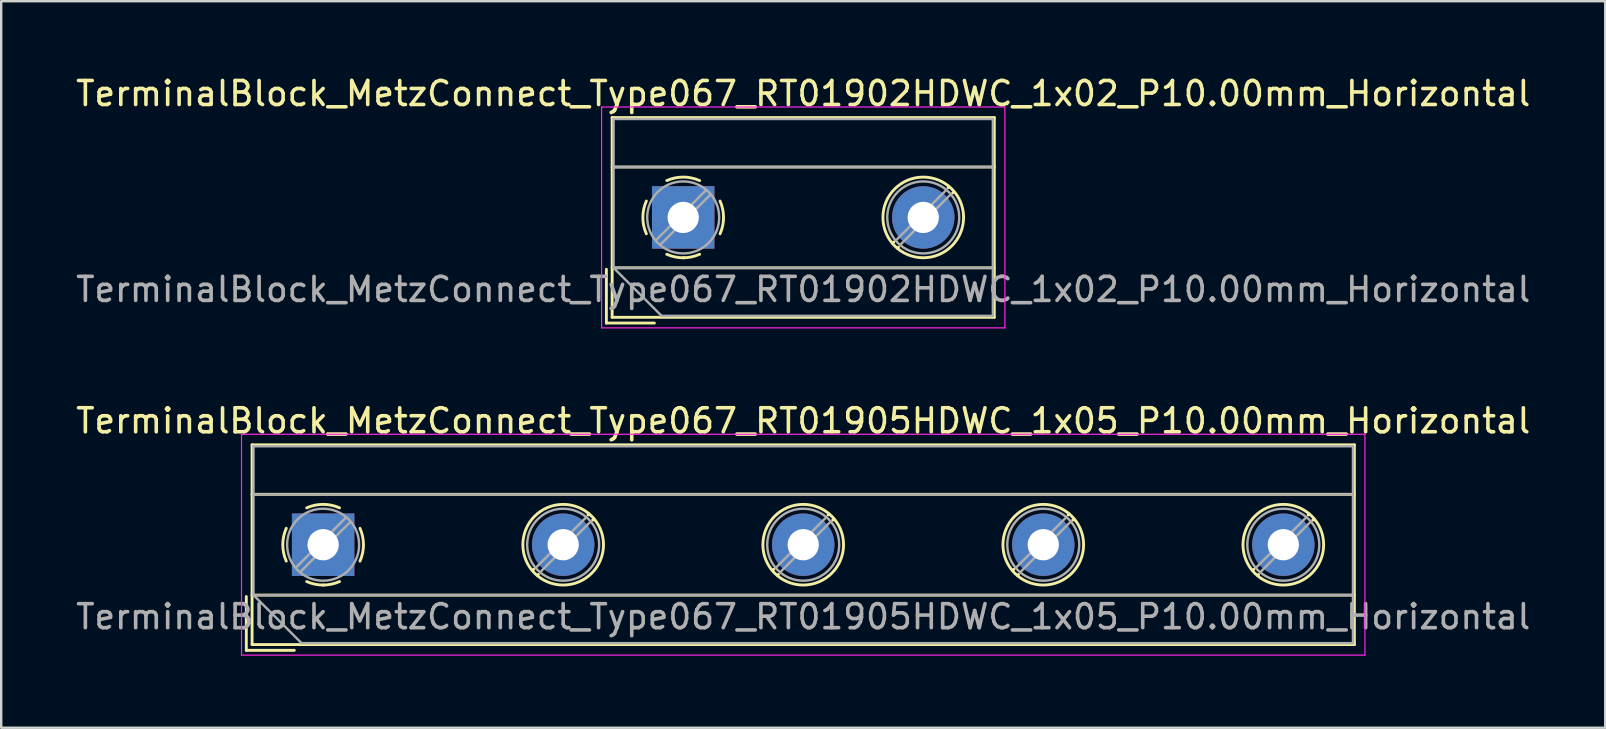
<source format=kicad_pcb>
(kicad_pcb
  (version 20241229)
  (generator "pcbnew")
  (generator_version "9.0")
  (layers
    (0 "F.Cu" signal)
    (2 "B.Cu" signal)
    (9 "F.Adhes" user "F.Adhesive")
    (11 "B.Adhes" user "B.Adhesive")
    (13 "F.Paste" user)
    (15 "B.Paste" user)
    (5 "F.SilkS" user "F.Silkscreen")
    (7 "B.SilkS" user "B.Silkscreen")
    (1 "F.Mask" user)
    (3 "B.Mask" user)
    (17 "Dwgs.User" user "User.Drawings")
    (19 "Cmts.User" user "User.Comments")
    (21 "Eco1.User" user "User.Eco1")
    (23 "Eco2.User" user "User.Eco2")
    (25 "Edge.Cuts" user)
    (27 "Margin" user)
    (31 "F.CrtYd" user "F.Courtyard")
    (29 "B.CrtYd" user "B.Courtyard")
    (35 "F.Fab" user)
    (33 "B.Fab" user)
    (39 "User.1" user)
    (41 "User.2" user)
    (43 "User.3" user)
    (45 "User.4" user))
  (footprint "TerminalBlock_MetzConnect_Type067_RT01902HDWC_1x02_P10.00mm_Horizontal"
    (layer "F.Cu")
    (at 25.411 6.008)
    (property "Reference" "TerminalBlock_MetzConnect_Type067_RT01902HDWC_1x02_P10.00mm_Horizontal" (at 5 -5.16 0) (layer "F.SilkS") (effects (font (size 1 1) (thickness 0.15))))
    (attr through_hole)
    (fp_line (start -3.2 2.16) (end -3.2 4.4) (stroke (width 0.12) (type solid)) (layer "F.SilkS"))
    (fp_line (start -3.2 4.4) (end -1.2 4.4) (stroke (width 0.12) (type solid)) (layer "F.SilkS"))
    (fp_line (start -2.96 -4.16) (end -2.96 4.16) (stroke (width 0.12) (type solid)) (layer "F.SilkS"))
    (fp_line (start -2.96 -4.16) (end 12.96 -4.16) (stroke (width 0.12) (type solid)) (layer "F.SilkS"))
    (fp_line (start -2.96 -2.1) (end 12.96 -2.1) (stroke (width 0.12) (type solid)) (layer "F.SilkS"))
    (fp_line (start -2.96 2.1) (end 12.96 2.1) (stroke (width 0.12) (type solid)) (layer "F.SilkS"))
    (fp_line (start -2.96 4.16) (end 12.96 4.16) (stroke (width 0.12) (type solid)) (layer "F.SilkS"))
    (fp_line (start 8.773 1.023) (end 8.726 1.069) (stroke (width 0.12) (type solid)) (layer "F.SilkS"))
    (fp_line (start 8.966 1.239) (end 8.931 1.274) (stroke (width 0.12) (type solid)) (layer "F.SilkS"))
    (fp_line (start 11.07 -1.275) (end 11.035 -1.239) (stroke (width 0.12) (type solid)) (layer "F.SilkS"))
    (fp_line (start 11.275 -1.069) (end 11.228 -1.023) (stroke (width 0.12) (type solid)) (layer "F.SilkS"))
    (fp_line (start 12.96 -4.16) (end 12.96 4.16) (stroke (width 0.12) (type solid)) (layer "F.SilkS"))
    (fp_arc (start -1.535427 0.683042) (mid -1.680501 -0.000524) (end -1.535 -0.684) (stroke (width 0.12) (type solid)) (layer "F.SilkS"))
    (fp_arc (start -0.683042 -1.535427) (mid 0.000524 -1.680501) (end 0.684 -1.535) (stroke (width 0.12) (type solid)) (layer "F.SilkS"))
    (fp_arc (start 0.028805 1.680253) (mid -0.335551 1.646659) (end -0.684 1.535) (stroke (width 0.12) (type solid)) (layer "F.SilkS"))
    (fp_arc (start 0.683318 1.534756) (mid 0.349292 1.643288) (end 0 1.68) (stroke (width 0.12) (type solid)) (layer "F.SilkS"))
    (fp_arc (start 1.535427 -0.683042) (mid 1.680501 0.000524) (end 1.535 0.684) (stroke (width 0.12) (type solid)) (layer "F.SilkS"))
    (fp_circle (center 10 0) (end 11.68 0) (stroke (width 0.12) (type solid)) (fill no) (layer "F.SilkS"))
    (fp_line (start -3.4 -4.6) (end -3.4 4.6) (stroke (width 0.05) (type solid)) (layer "F.CrtYd"))
    (fp_line (start -3.4 4.6) (end 13.4 4.6) (stroke (width 0.05) (type solid)) (layer "F.CrtYd"))
    (fp_line (start 13.4 -4.6) (end -3.4 -4.6) (stroke (width 0.05) (type solid)) (layer "F.CrtYd"))
    (fp_line (start 13.4 4.6) (end 13.4 -4.6) (stroke (width 0.05) (type solid)) (layer "F.CrtYd"))
    (fp_line (start -2.9 -4.1) (end 12.9 -4.1) (stroke (width 0.1) (type solid)) (layer "F.Fab"))
    (fp_line (start -2.9 -2.1) (end 12.9 -2.1) (stroke (width 0.1) (type solid)) (layer "F.Fab"))
    (fp_line (start -2.9 2.1) (end -2.9 -4.1) (stroke (width 0.1) (type solid)) (layer "F.Fab"))
    (fp_line (start -2.9 2.1) (end 12.9 2.1) (stroke (width 0.1) (type solid)) (layer "F.Fab"))
    (fp_line (start -0.9 4.1) (end -2.9 2.1) (stroke (width 0.1) (type solid)) (layer "F.Fab"))
    (fp_line (start 0.955 -1.138) (end -1.138 0.955) (stroke (width 0.1) (type solid)) (layer "F.Fab"))
    (fp_line (start 1.138 -0.955) (end -0.955 1.138) (stroke (width 0.1) (type solid)) (layer "F.Fab"))
    (fp_line (start 10.955 -1.138) (end 8.863 0.955) (stroke (width 0.1) (type solid)) (layer "F.Fab"))
    (fp_line (start 11.138 -0.955) (end 9.046 1.138) (stroke (width 0.1) (type solid)) (layer "F.Fab"))
    (fp_line (start 12.9 -4.1) (end 12.9 4.1) (stroke (width 0.1) (type solid)) (layer "F.Fab"))
    (fp_line (start 12.9 4.1) (end -0.9 4.1) (stroke (width 0.1) (type solid)) (layer "F.Fab"))
    (fp_circle (center 0 0) (end 1.5 0) (stroke (width 0.1) (type solid)) (fill no) (layer "F.Fab"))
    (fp_circle (center 10 0) (end 11.5 0) (stroke (width 0.1) (type solid)) (fill no) (layer "F.Fab"))
    (fp_text user "${REFERENCE}" (at 5 3 0) (layer "F.Fab") (effects (font (size 1 1) (thickness 0.15))))
    (pad "1" thru_hole rect (at 0 0) (size 2.6 2.6) (drill 1.3) (layers "*.Cu" "*.Mask"))
    (pad "2" thru_hole circle (at 10 0) (size 2.6 2.6) (drill 1.3) (layers "*.Cu" "*.Mask")))
  (footprint "TerminalBlock_MetzConnect_Type067_RT01905HDWC_1x05_P10.00mm_Horizontal"
    (layer "F.Cu")
    (at 10.411 19.642)
    (property "Reference" "TerminalBlock_MetzConnect_Type067_RT01905HDWC_1x05_P10.00mm_Horizontal" (at 20 -5.16 0) (layer "F.SilkS") (effects (font (size 1 1) (thickness 0.15))))
    (attr through_hole)
    (fp_line (start -3.2 2.16) (end -3.2 4.4) (stroke (width 0.12) (type solid)) (layer "F.SilkS"))
    (fp_line (start -3.2 4.4) (end -1.2 4.4) (stroke (width 0.12) (type solid)) (layer "F.SilkS"))
    (fp_line (start -2.96 -4.16) (end -2.96 4.16) (stroke (width 0.12) (type solid)) (layer "F.SilkS"))
    (fp_line (start -2.96 -4.16) (end 42.96 -4.16) (stroke (width 0.12) (type solid)) (layer "F.SilkS"))
    (fp_line (start -2.96 -2.1) (end 42.96 -2.1) (stroke (width 0.12) (type solid)) (layer "F.SilkS"))
    (fp_line (start -2.96 2.1) (end 42.96 2.1) (stroke (width 0.12) (type solid)) (layer "F.SilkS"))
    (fp_line (start -2.96 4.16) (end 42.96 4.16) (stroke (width 0.12) (type solid)) (layer "F.SilkS"))
    (fp_line (start 8.773 1.023) (end 8.726 1.069) (stroke (width 0.12) (type solid)) (layer "F.SilkS"))
    (fp_line (start 8.966 1.239) (end 8.931 1.274) (stroke (width 0.12) (type solid)) (layer "F.SilkS"))
    (fp_line (start 11.07 -1.275) (end 11.035 -1.239) (stroke (width 0.12) (type solid)) (layer "F.SilkS"))
    (fp_line (start 11.275 -1.069) (end 11.228 -1.023) (stroke (width 0.12) (type solid)) (layer "F.SilkS"))
    (fp_line (start 18.773 1.023) (end 18.726 1.069) (stroke (width 0.12) (type solid)) (layer "F.SilkS"))
    (fp_line (start 18.966 1.239) (end 18.931 1.274) (stroke (width 0.12) (type solid)) (layer "F.SilkS"))
    (fp_line (start 21.07 -1.275) (end 21.035 -1.239) (stroke (width 0.12) (type solid)) (layer "F.SilkS"))
    (fp_line (start 21.275 -1.069) (end 21.228 -1.023) (stroke (width 0.12) (type solid)) (layer "F.SilkS"))
    (fp_line (start 28.773 1.023) (end 28.726 1.069) (stroke (width 0.12) (type solid)) (layer "F.SilkS"))
    (fp_line (start 28.966 1.239) (end 28.931 1.274) (stroke (width 0.12) (type solid)) (layer "F.SilkS"))
    (fp_line (start 31.07 -1.275) (end 31.035 -1.239) (stroke (width 0.12) (type solid)) (layer "F.SilkS"))
    (fp_line (start 31.275 -1.069) (end 31.228 -1.023) (stroke (width 0.12) (type solid)) (layer "F.SilkS"))
    (fp_line (start 38.773 1.023) (end 38.726 1.069) (stroke (width 0.12) (type solid)) (layer "F.SilkS"))
    (fp_line (start 38.966 1.239) (end 38.931 1.274) (stroke (width 0.12) (type solid)) (layer "F.SilkS"))
    (fp_line (start 41.07 -1.275) (end 41.035 -1.239) (stroke (width 0.12) (type solid)) (layer "F.SilkS"))
    (fp_line (start 41.275 -1.069) (end 41.228 -1.023) (stroke (width 0.12) (type solid)) (layer "F.SilkS"))
    (fp_line (start 42.96 -4.16) (end 42.96 4.16) (stroke (width 0.12) (type solid)) (layer "F.SilkS"))
    (fp_arc (start -1.535427 0.683042) (mid -1.680501 -0.000524) (end -1.535 -0.684) (stroke (width 0.12) (type solid)) (layer "F.SilkS"))
    (fp_arc (start -0.683042 -1.535427) (mid 0.000524 -1.680501) (end 0.684 -1.535) (stroke (width 0.12) (type solid)) (layer "F.SilkS"))
    (fp_arc (start 0.028805 1.680253) (mid -0.335551 1.646659) (end -0.684 1.535) (stroke (width 0.12) (type solid)) (layer "F.SilkS"))
    (fp_arc (start 0.683318 1.534756) (mid 0.349292 1.643288) (end 0 1.68) (stroke (width 0.12) (type solid)) (layer "F.SilkS"))
    (fp_arc (start 1.535427 -0.683042) (mid 1.680501 0.000524) (end 1.535 0.684) (stroke (width 0.12) (type solid)) (layer "F.SilkS"))
    (fp_circle (center 10 0) (end 11.68 0) (stroke (width 0.12) (type solid)) (fill no) (layer "F.SilkS"))
    (fp_circle (center 20 0) (end 21.68 0) (stroke (width 0.12) (type solid)) (fill no) (layer "F.SilkS"))
    (fp_circle (center 30 0) (end 31.68 0) (stroke (width 0.12) (type solid)) (fill no) (layer "F.SilkS"))
    (fp_circle (center 40 0) (end 41.68 0) (stroke (width 0.12) (type solid)) (fill no) (layer "F.SilkS"))
    (fp_line (start -3.4 -4.6) (end -3.4 4.6) (stroke (width 0.05) (type solid)) (layer "F.CrtYd"))
    (fp_line (start -3.4 4.6) (end 43.4 4.6) (stroke (width 0.05) (type solid)) (layer "F.CrtYd"))
    (fp_line (start 43.4 -4.6) (end -3.4 -4.6) (stroke (width 0.05) (type solid)) (layer "F.CrtYd"))
    (fp_line (start 43.4 4.6) (end 43.4 -4.6) (stroke (width 0.05) (type solid)) (layer "F.CrtYd"))
    (fp_line (start -2.9 -4.1) (end 42.9 -4.1) (stroke (width 0.1) (type solid)) (layer "F.Fab"))
    (fp_line (start -2.9 -2.1) (end 42.9 -2.1) (stroke (width 0.1) (type solid)) (layer "F.Fab"))
    (fp_line (start -2.9 2.1) (end -2.9 -4.1) (stroke (width 0.1) (type solid)) (layer "F.Fab"))
    (fp_line (start -2.9 2.1) (end 42.9 2.1) (stroke (width 0.1) (type solid)) (layer "F.Fab"))
    (fp_line (start -0.9 4.1) (end -2.9 2.1) (stroke (width 0.1) (type solid)) (layer "F.Fab"))
    (fp_line (start 0.955 -1.138) (end -1.138 0.955) (stroke (width 0.1) (type solid)) (layer "F.Fab"))
    (fp_line (start 1.138 -0.955) (end -0.955 1.138) (stroke (width 0.1) (type solid)) (layer "F.Fab"))
    (fp_line (start 10.955 -1.138) (end 8.863 0.955) (stroke (width 0.1) (type solid)) (layer "F.Fab"))
    (fp_line (start 11.138 -0.955) (end 9.046 1.138) (stroke (width 0.1) (type solid)) (layer "F.Fab"))
    (fp_line (start 20.955 -1.138) (end 18.863 0.955) (stroke (width 0.1) (type solid)) (layer "F.Fab"))
    (fp_line (start 21.138 -0.955) (end 19.046 1.138) (stroke (width 0.1) (type solid)) (layer "F.Fab"))
    (fp_line (start 30.955 -1.138) (end 28.863 0.955) (stroke (width 0.1) (type solid)) (layer "F.Fab"))
    (fp_line (start 31.138 -0.955) (end 29.046 1.138) (stroke (width 0.1) (type solid)) (layer "F.Fab"))
    (fp_line (start 40.955 -1.138) (end 38.863 0.955) (stroke (width 0.1) (type solid)) (layer "F.Fab"))
    (fp_line (start 41.138 -0.955) (end 39.046 1.138) (stroke (width 0.1) (type solid)) (layer "F.Fab"))
    (fp_line (start 42.9 -4.1) (end 42.9 4.1) (stroke (width 0.1) (type solid)) (layer "F.Fab"))
    (fp_line (start 42.9 4.1) (end -0.9 4.1) (stroke (width 0.1) (type solid)) (layer "F.Fab"))
    (fp_circle (center 0 0) (end 1.5 0) (stroke (width 0.1) (type solid)) (fill no) (layer "F.Fab"))
    (fp_circle (center 10 0) (end 11.5 0) (stroke (width 0.1) (type solid)) (fill no) (layer "F.Fab"))
    (fp_circle (center 20 0) (end 21.5 0) (stroke (width 0.1) (type solid)) (fill no) (layer "F.Fab"))
    (fp_circle (center 30 0) (end 31.5 0) (stroke (width 0.1) (type solid)) (fill no) (layer "F.Fab"))
    (fp_circle (center 40 0) (end 41.5 0) (stroke (width 0.1) (type solid)) (fill no) (layer "F.Fab"))
    (fp_text user "${REFERENCE}" (at 20 3 0) (layer "F.Fab") (effects (font (size 1 1) (thickness 0.15))))
    (pad "1" thru_hole rect (at 0 0) (size 2.6 2.6) (drill 1.3) (layers "*.Cu" "*.Mask"))
    (pad "2" thru_hole circle (at 10 0) (size 2.6 2.6) (drill 1.3) (layers "*.Cu" "*.Mask"))
    (pad "3" thru_hole circle (at 20 0) (size 2.6 2.6) (drill 1.3) (layers "*.Cu" "*.Mask"))
    (pad "4" thru_hole circle (at 30 0) (size 2.6 2.6) (drill 1.3) (layers "*.Cu" "*.Mask"))
    (pad "5" thru_hole circle (at 40 0) (size 2.6 2.6) (drill 1.3) (layers "*.Cu" "*.Mask")))
  (gr_rect
    (start -3 -3)
    (end 63.821 27.267)
    (stroke (width 0.1) (type default))
    (fill no)
    (layer "Edge.Cuts")))
</source>
